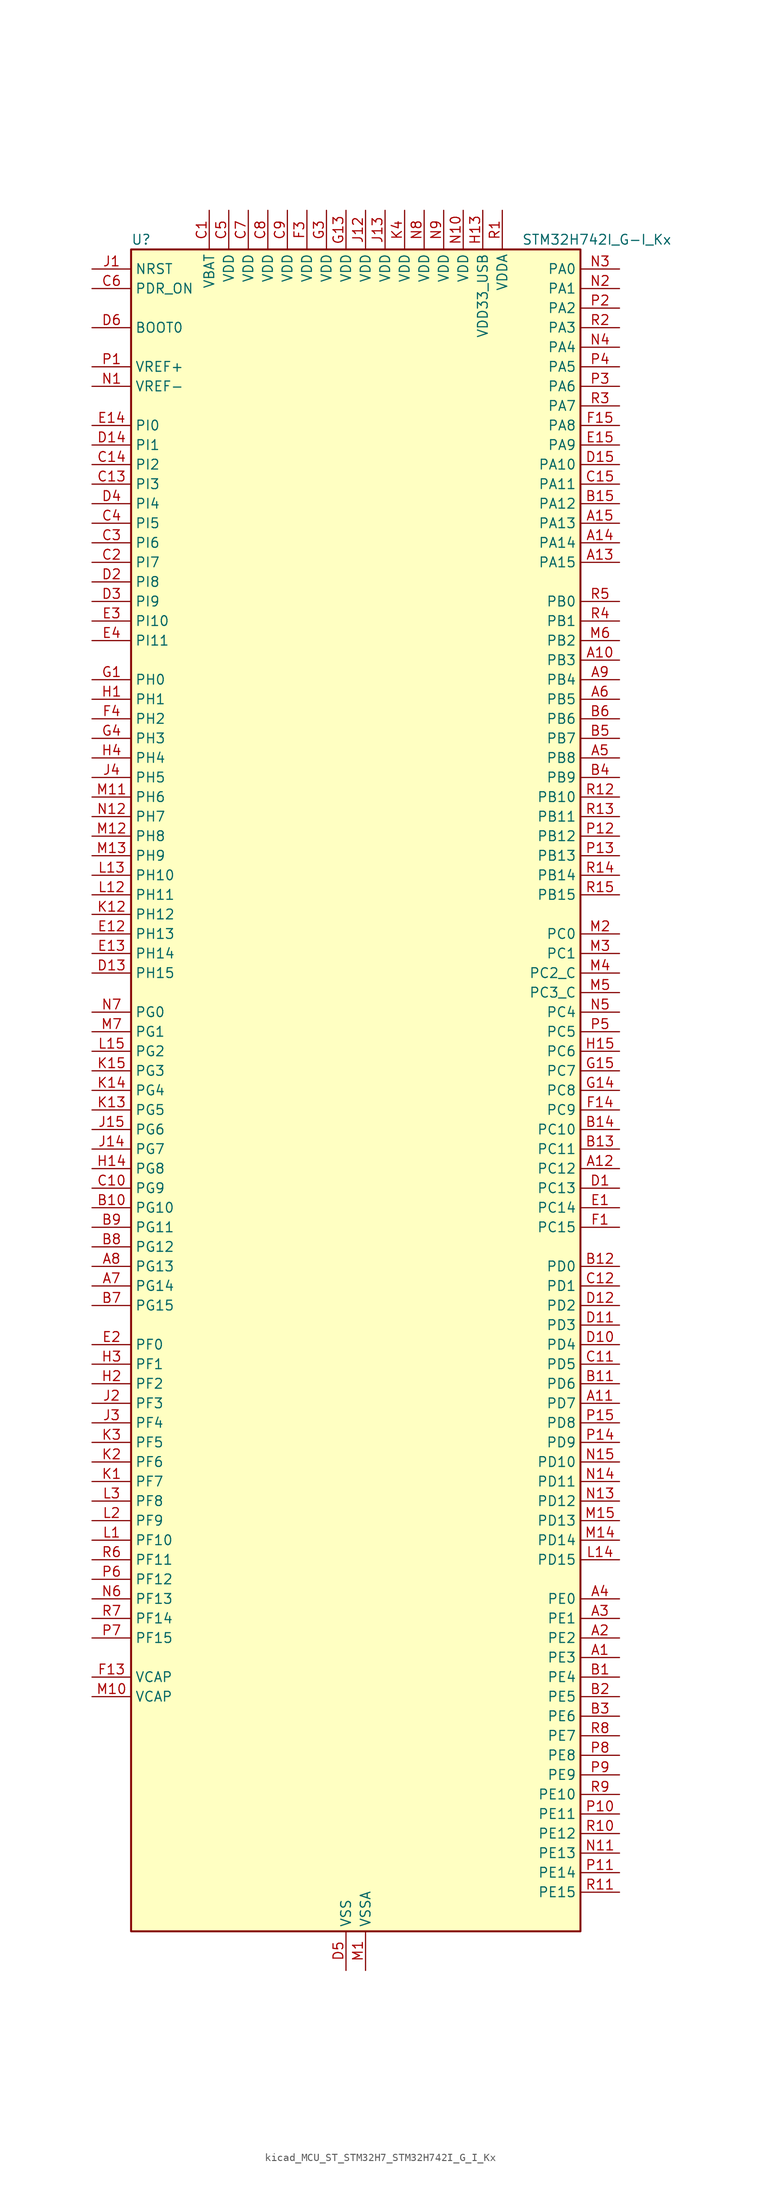
<source format=kicad_sym>
(kicad_symbol_lib
  (version 20220914)
  (generator kicad_symbol_editor)
  (symbol "kicad_MCU_ST_STM32H7_STM32H742I_G_I_Kx"
    (property "Reference" "U"
      (at -27.94 110.49 0)
      (effects (font (size 1.27 1.27)) (justify left)))
    (property "Value" "STM32H742I_G-I_Kx"
      (at 22.86 110.49 0)
      (effects (font (size 1.27 1.27)) (justify left)))
    (property "ki_locked" ""
      (at 0 0 0)
      (effects (font (size 1.27 1.27))))
    (symbol "kicad_MCU_ST_STM32H7_STM32H742I_G_I_Kx_0_1"
      (rectangle (start -27.94 -109.22) (end 30.48 109.22) (stroke (width 0.254) (type default)) (fill (type background))))
    (symbol "kicad_MCU_ST_STM32H7_STM32H742I_G_I_Kx_1_1"
      (pin bidirectional line (at 35.56 -73.66 180) (length 5.08) (name "PE3" (effects (font (size 1.27 1.27)))) (number "A1" (effects (font (size 1.27 1.27)))) (alternate "DEBUG_TRACED0" bidirectional line) (alternate "FMC_A19" bidirectional line) (alternate "SAI1_SD_B" bidirectional line) (alternate "SAI4_SD_B" bidirectional line) (alternate "TIM15_BKIN" bidirectional line))
      (pin bidirectional line (at 35.56 55.88 180) (length 5.08) (name "PB3" (effects (font (size 1.27 1.27)))) (number "A10" (effects (font (size 1.27 1.27)))) (alternate "CRS_SYNC" bidirectional line) (alternate "DEBUG_JTDO-SWO" bidirectional line) (alternate "HRTIM_FLT4" bidirectional line) (alternate "I2S1_CK" bidirectional line) (alternate "I2S3_CK" bidirectional line) (alternate "SDMMC2_D2" bidirectional line) (alternate "SPI1_SCK" bidirectional line) (alternate "SPI3_SCK" bidirectional line) (alternate "SPI6_SCK" bidirectional line) (alternate "TIM2_CH2" bidirectional line) (alternate "UART7_RX" bidirectional line))
      (pin bidirectional line (at 35.56 -40.64 180) (length 5.08) (name "PD7" (effects (font (size 1.27 1.27)))) (number "A11" (effects (font (size 1.27 1.27)))) (alternate "DFSDM1_CKIN1" bidirectional line) (alternate "DFSDM1_DATIN4" bidirectional line) (alternate "FMC_NE1" bidirectional line) (alternate "I2S1_SDO" bidirectional line) (alternate "SDMMC2_CMD" bidirectional line) (alternate "SPDIFRX1_IN0" bidirectional line) (alternate "SPI1_MOSI" bidirectional line) (alternate "USART2_CK" bidirectional line))
      (pin bidirectional line (at 35.56 -10.16 180) (length 5.08) (name "PC12" (effects (font (size 1.27 1.27)))) (number "A12" (effects (font (size 1.27 1.27)))) (alternate "DCMI_D9" bidirectional line) (alternate "DEBUG_TRACED3" bidirectional line) (alternate "HRTIM_EEV2" bidirectional line) (alternate "I2S3_SDO" bidirectional line) (alternate "SDMMC1_CK" bidirectional line) (alternate "SPI3_MOSI" bidirectional line) (alternate "UART5_TX" bidirectional line) (alternate "USART3_CK" bidirectional line))
      (pin bidirectional line (at 35.56 68.58 180) (length 5.08) (name "PA15" (effects (font (size 1.27 1.27)))) (number "A13" (effects (font (size 1.27 1.27)))) (alternate "ADC1_EXTI15" bidirectional line) (alternate "ADC2_EXTI15" bidirectional line) (alternate "ADC3_EXTI15" bidirectional line) (alternate "CEC" bidirectional line) (alternate "DEBUG_JTDI" bidirectional line) (alternate "HRTIM_FLT1" bidirectional line) (alternate "I2S1_WS" bidirectional line) (alternate "I2S3_WS" bidirectional line) (alternate "SPI1_NSS" bidirectional line) (alternate "SPI3_NSS" bidirectional line) (alternate "SPI6_NSS" bidirectional line) (alternate "TIM2_CH1" bidirectional line) (alternate "TIM2_ETR" bidirectional line) (alternate "UART4_DE" bidirectional line) (alternate "UART4_RTS" bidirectional line) (alternate "UART7_TX" bidirectional line))
      (pin bidirectional line (at 35.56 71.12 180) (length 5.08) (name "PA14" (effects (font (size 1.27 1.27)))) (number "A14" (effects (font (size 1.27 1.27)))) (alternate "DEBUG_JTCK-SWCLK" bidirectional line))
      (pin bidirectional line (at 35.56 73.66 180) (length 5.08) (name "PA13" (effects (font (size 1.27 1.27)))) (number "A15" (effects (font (size 1.27 1.27)))) (alternate "DEBUG_JTMS-SWDIO" bidirectional line))
      (pin bidirectional line (at 35.56 -71.12 180) (length 5.08) (name "PE2" (effects (font (size 1.27 1.27)))) (number "A2" (effects (font (size 1.27 1.27)))) (alternate "DEBUG_TRACECLK" bidirectional line) (alternate "ETH_TXD3" bidirectional line) (alternate "FMC_A23" bidirectional line) (alternate "QUADSPI_BK1_IO2" bidirectional line) (alternate "SAI1_CK1" bidirectional line) (alternate "SAI1_MCLK_A" bidirectional line) (alternate "SAI4_CK1" bidirectional line) (alternate "SAI4_MCLK_A" bidirectional line) (alternate "SPI4_SCK" bidirectional line))
      (pin bidirectional line (at 35.56 -68.58 180) (length 5.08) (name "PE1" (effects (font (size 1.27 1.27)))) (number "A3" (effects (font (size 1.27 1.27)))) (alternate "DCMI_D3" bidirectional line) (alternate "FMC_NBL1" bidirectional line) (alternate "HRTIM_SCOUT" bidirectional line) (alternate "LPTIM1_IN2" bidirectional line) (alternate "UART8_TX" bidirectional line))
      (pin bidirectional line (at 35.56 -66.04 180) (length 5.08) (name "PE0" (effects (font (size 1.27 1.27)))) (number "A4" (effects (font (size 1.27 1.27)))) (alternate "DCMI_D2" bidirectional line) (alternate "FMC_NBL0" bidirectional line) (alternate "HRTIM_SCIN" bidirectional line) (alternate "LPTIM1_ETR" bidirectional line) (alternate "LPTIM2_ETR" bidirectional line) (alternate "SAI2_MCLK_A" bidirectional line) (alternate "TIM4_ETR" bidirectional line) (alternate "UART8_RX" bidirectional line))
      (pin bidirectional line (at 35.56 43.18 180) (length 5.08) (name "PB8" (effects (font (size 1.27 1.27)))) (number "A5" (effects (font (size 1.27 1.27)))) (alternate "DCMI_D6" bidirectional line) (alternate "DFSDM1_CKIN7" bidirectional line) (alternate "ETH_TXD3" bidirectional line) (alternate "FDCAN1_RX" bidirectional line) (alternate "I2C1_SCL" bidirectional line) (alternate "I2C4_SCL" bidirectional line) (alternate "SDMMC1_CKIN" bidirectional line) (alternate "SDMMC1_D4" bidirectional line) (alternate "SDMMC2_D4" bidirectional line) (alternate "TIM16_CH1" bidirectional line) (alternate "TIM4_CH3" bidirectional line) (alternate "UART4_RX" bidirectional line))
      (pin bidirectional line (at 35.56 50.8 180) (length 5.08) (name "PB5" (effects (font (size 1.27 1.27)))) (number "A6" (effects (font (size 1.27 1.27)))) (alternate "DCMI_D10" bidirectional line) (alternate "ETH_PPS_OUT" bidirectional line) (alternate "FDCAN2_RX" bidirectional line) (alternate "FMC_SDCKE1" bidirectional line) (alternate "HRTIM_EEV7" bidirectional line) (alternate "I2C1_SMBA" bidirectional line) (alternate "I2C4_SMBA" bidirectional line) (alternate "I2S1_SDO" bidirectional line) (alternate "I2S3_SDO" bidirectional line) (alternate "SPI1_MOSI" bidirectional line) (alternate "SPI3_MOSI" bidirectional line) (alternate "SPI6_MOSI" bidirectional line) (alternate "TIM17_BKIN" bidirectional line) (alternate "TIM3_CH2" bidirectional line) (alternate "UART5_RX" bidirectional line) (alternate "USB_OTG_HS_ULPI_D7" bidirectional line))
      (pin bidirectional line (at -33.02 -25.4 0) (length 5.08) (name "PG14" (effects (font (size 1.27 1.27)))) (number "A7" (effects (font (size 1.27 1.27)))) (alternate "DEBUG_TRACED1" bidirectional line) (alternate "ETH_TXD1" bidirectional line) (alternate "FMC_A25" bidirectional line) (alternate "LPTIM1_ETR" bidirectional line) (alternate "QUADSPI_BK2_IO3" bidirectional line) (alternate "SPI6_MOSI" bidirectional line) (alternate "USART6_TX" bidirectional line))
      (pin bidirectional line (at -33.02 -22.86 0) (length 5.08) (name "PG13" (effects (font (size 1.27 1.27)))) (number "A8" (effects (font (size 1.27 1.27)))) (alternate "DEBUG_TRACED0" bidirectional line) (alternate "ETH_TXD0" bidirectional line) (alternate "FMC_A24" bidirectional line) (alternate "HRTIM_EEV10" bidirectional line) (alternate "LPTIM1_OUT" bidirectional line) (alternate "SPI6_SCK" bidirectional line) (alternate "USART6_CTS" bidirectional line) (alternate "USART6_NSS" bidirectional line))
      (pin bidirectional line (at 35.56 53.34 180) (length 5.08) (name "PB4" (effects (font (size 1.27 1.27)))) (number "A9" (effects (font (size 1.27 1.27)))) (alternate "DEBUG_JTRST" bidirectional line) (alternate "HRTIM_EEV6" bidirectional line) (alternate "I2S1_SDI" bidirectional line) (alternate "I2S2_WS" bidirectional line) (alternate "I2S3_SDI" bidirectional line) (alternate "SDMMC2_D3" bidirectional line) (alternate "SPI1_MISO" bidirectional line) (alternate "SPI2_NSS" bidirectional line) (alternate "SPI3_MISO" bidirectional line) (alternate "SPI6_MISO" bidirectional line) (alternate "TIM16_BKIN" bidirectional line) (alternate "TIM3_CH1" bidirectional line) (alternate "UART7_TX" bidirectional line))
      (pin bidirectional line (at 35.56 -76.2 180) (length 5.08) (name "PE4" (effects (font (size 1.27 1.27)))) (number "B1" (effects (font (size 1.27 1.27)))) (alternate "DCMI_D4" bidirectional line) (alternate "DEBUG_TRACED1" bidirectional line) (alternate "DFSDM1_DATIN3" bidirectional line) (alternate "FMC_A20" bidirectional line) (alternate "SAI1_D2" bidirectional line) (alternate "SAI1_FS_A" bidirectional line) (alternate "SAI4_D2" bidirectional line) (alternate "SAI4_FS_A" bidirectional line) (alternate "SPI4_NSS" bidirectional line) (alternate "TIM15_CH1N" bidirectional line))
      (pin bidirectional line (at -33.02 -15.24 0) (length 5.08) (name "PG10" (effects (font (size 1.27 1.27)))) (number "B10" (effects (font (size 1.27 1.27)))) (alternate "DCMI_D2" bidirectional line) (alternate "FMC_NE3" bidirectional line) (alternate "HRTIM_FLT5" bidirectional line) (alternate "I2S1_WS" bidirectional line) (alternate "SAI2_SD_B" bidirectional line) (alternate "SPI1_NSS" bidirectional line))
      (pin bidirectional line (at 35.56 -38.1 180) (length 5.08) (name "PD6" (effects (font (size 1.27 1.27)))) (number "B11" (effects (font (size 1.27 1.27)))) (alternate "DCMI_D10" bidirectional line) (alternate "DFSDM1_CKIN4" bidirectional line) (alternate "DFSDM1_DATIN1" bidirectional line) (alternate "FMC_NWAIT" bidirectional line) (alternate "I2S3_SDO" bidirectional line) (alternate "SAI1_D1" bidirectional line) (alternate "SAI1_SD_A" bidirectional line) (alternate "SAI4_D1" bidirectional line) (alternate "SAI4_SD_A" bidirectional line) (alternate "SDMMC2_CK" bidirectional line) (alternate "SPI3_MOSI" bidirectional line) (alternate "USART2_RX" bidirectional line))
      (pin bidirectional line (at 35.56 -22.86 180) (length 5.08) (name "PD0" (effects (font (size 1.27 1.27)))) (number "B12" (effects (font (size 1.27 1.27)))) (alternate "DFSDM1_CKIN6" bidirectional line) (alternate "FDCAN1_RX" bidirectional line) (alternate "FMC_D2" bidirectional line) (alternate "FMC_DA2" bidirectional line) (alternate "SAI3_SCK_A" bidirectional line) (alternate "UART4_RX" bidirectional line))
      (pin bidirectional line (at 35.56 -7.62 180) (length 5.08) (name "PC11" (effects (font (size 1.27 1.27)))) (number "B13" (effects (font (size 1.27 1.27)))) (alternate "ADC1_EXTI11" bidirectional line) (alternate "ADC2_EXTI11" bidirectional line) (alternate "ADC3_EXTI11" bidirectional line) (alternate "DCMI_D4" bidirectional line) (alternate "DFSDM1_DATIN5" bidirectional line) (alternate "HRTIM_FLT2" bidirectional line) (alternate "I2S3_SDI" bidirectional line) (alternate "QUADSPI_BK2_NCS" bidirectional line) (alternate "SDMMC1_D3" bidirectional line) (alternate "SPI3_MISO" bidirectional line) (alternate "UART4_RX" bidirectional line) (alternate "USART3_RX" bidirectional line))
      (pin bidirectional line (at 35.56 -5.08 180) (length 5.08) (name "PC10" (effects (font (size 1.27 1.27)))) (number "B14" (effects (font (size 1.27 1.27)))) (alternate "DCMI_D8" bidirectional line) (alternate "DFSDM1_CKIN5" bidirectional line) (alternate "HRTIM_EEV1" bidirectional line) (alternate "I2S3_CK" bidirectional line) (alternate "QUADSPI_BK1_IO1" bidirectional line) (alternate "SDMMC1_D2" bidirectional line) (alternate "SPI3_SCK" bidirectional line) (alternate "UART4_TX" bidirectional line) (alternate "USART3_TX" bidirectional line))
      (pin bidirectional line (at 35.56 76.2 180) (length 5.08) (name "PA12" (effects (font (size 1.27 1.27)))) (number "B15" (effects (font (size 1.27 1.27)))) (alternate "FDCAN1_TX" bidirectional line) (alternate "HRTIM_CHD2" bidirectional line) (alternate "I2S2_CK" bidirectional line) (alternate "LPUART1_DE" bidirectional line) (alternate "LPUART1_RTS" bidirectional line) (alternate "SAI2_FS_B" bidirectional line) (alternate "SPI2_SCK" bidirectional line) (alternate "TIM1_ETR" bidirectional line) (alternate "UART4_TX" bidirectional line) (alternate "USART1_DE" bidirectional line) (alternate "USART1_RTS" bidirectional line) (alternate "USB_OTG_FS_DP" bidirectional line))
      (pin bidirectional line (at 35.56 -78.74 180) (length 5.08) (name "PE5" (effects (font (size 1.27 1.27)))) (number "B2" (effects (font (size 1.27 1.27)))) (alternate "DCMI_D6" bidirectional line) (alternate "DEBUG_TRACED2" bidirectional line) (alternate "DFSDM1_CKIN3" bidirectional line) (alternate "FMC_A21" bidirectional line) (alternate "SAI1_CK2" bidirectional line) (alternate "SAI1_SCK_A" bidirectional line) (alternate "SAI4_CK2" bidirectional line) (alternate "SAI4_SCK_A" bidirectional line) (alternate "SPI4_MISO" bidirectional line) (alternate "TIM15_CH1" bidirectional line))
      (pin bidirectional line (at 35.56 -81.28 180) (length 5.08) (name "PE6" (effects (font (size 1.27 1.27)))) (number "B3" (effects (font (size 1.27 1.27)))) (alternate "DCMI_D7" bidirectional line) (alternate "DEBUG_TRACED3" bidirectional line) (alternate "FMC_A22" bidirectional line) (alternate "SAI1_D1" bidirectional line) (alternate "SAI1_SD_A" bidirectional line) (alternate "SAI2_MCLK_B" bidirectional line) (alternate "SAI4_D1" bidirectional line) (alternate "SAI4_SD_A" bidirectional line) (alternate "SPI4_MOSI" bidirectional line) (alternate "TIM15_CH2" bidirectional line) (alternate "TIM1_BKIN2" bidirectional line) (alternate "TIM1_BKIN2_COMP1" bidirectional line) (alternate "TIM1_BKIN2_COMP2" bidirectional line))
      (pin bidirectional line (at 35.56 40.64 180) (length 5.08) (name "PB9" (effects (font (size 1.27 1.27)))) (number "B4" (effects (font (size 1.27 1.27)))) (alternate "DAC1_EXTI9" bidirectional line) (alternate "DCMI_D7" bidirectional line) (alternate "DFSDM1_DATIN7" bidirectional line) (alternate "FDCAN1_TX" bidirectional line) (alternate "I2C1_SDA" bidirectional line) (alternate "I2C4_SDA" bidirectional line) (alternate "I2C4_SMBA" bidirectional line) (alternate "I2S2_WS" bidirectional line) (alternate "SDMMC1_CDIR" bidirectional line) (alternate "SDMMC1_D5" bidirectional line) (alternate "SDMMC2_D5" bidirectional line) (alternate "SPI2_NSS" bidirectional line) (alternate "TIM17_CH1" bidirectional line) (alternate "TIM4_CH4" bidirectional line) (alternate "UART4_TX" bidirectional line))
      (pin bidirectional line (at 35.56 45.72 180) (length 5.08) (name "PB7" (effects (font (size 1.27 1.27)))) (number "B5" (effects (font (size 1.27 1.27)))) (alternate "DCMI_VSYNC" bidirectional line) (alternate "DFSDM1_CKIN5" bidirectional line) (alternate "FMC_NL" bidirectional line) (alternate "HRTIM_EEV9" bidirectional line) (alternate "I2C1_SDA" bidirectional line) (alternate "I2C4_SDA" bidirectional line) (alternate "LPUART1_RX" bidirectional line) (alternate "PWR_PVD_IN" bidirectional line) (alternate "TIM17_CH1N" bidirectional line) (alternate "TIM4_CH2" bidirectional line) (alternate "USART1_RX" bidirectional line))
      (pin bidirectional line (at 35.56 48.26 180) (length 5.08) (name "PB6" (effects (font (size 1.27 1.27)))) (number "B6" (effects (font (size 1.27 1.27)))) (alternate "CEC" bidirectional line) (alternate "DCMI_D5" bidirectional line) (alternate "DFSDM1_DATIN5" bidirectional line) (alternate "FDCAN2_TX" bidirectional line) (alternate "FMC_SDNE1" bidirectional line) (alternate "HRTIM_EEV8" bidirectional line) (alternate "I2C1_SCL" bidirectional line) (alternate "I2C4_SCL" bidirectional line) (alternate "LPUART1_TX" bidirectional line) (alternate "QUADSPI_BK1_NCS" bidirectional line) (alternate "TIM16_CH1N" bidirectional line) (alternate "TIM4_CH1" bidirectional line) (alternate "UART5_TX" bidirectional line) (alternate "USART1_TX" bidirectional line))
      (pin bidirectional line (at -33.02 -27.94 0) (length 5.08) (name "PG15" (effects (font (size 1.27 1.27)))) (number "B7" (effects (font (size 1.27 1.27)))) (alternate "ADC1_EXTI15" bidirectional line) (alternate "ADC2_EXTI15" bidirectional line) (alternate "ADC3_EXTI15" bidirectional line) (alternate "DCMI_D13" bidirectional line) (alternate "FMC_SDNCAS" bidirectional line) (alternate "USART6_CTS" bidirectional line) (alternate "USART6_NSS" bidirectional line))
      (pin bidirectional line (at -33.02 -20.32 0) (length 5.08) (name "PG12" (effects (font (size 1.27 1.27)))) (number "B8" (effects (font (size 1.27 1.27)))) (alternate "ETH_TXD1" bidirectional line) (alternate "FMC_NE4" bidirectional line) (alternate "HRTIM_EEV5" bidirectional line) (alternate "LPTIM1_IN1" bidirectional line) (alternate "SPDIFRX1_IN1" bidirectional line) (alternate "SPI6_MISO" bidirectional line) (alternate "USART6_DE" bidirectional line) (alternate "USART6_RTS" bidirectional line))
      (pin bidirectional line (at -33.02 -17.78 0) (length 5.08) (name "PG11" (effects (font (size 1.27 1.27)))) (number "B9" (effects (font (size 1.27 1.27)))) (alternate "ADC1_EXTI11" bidirectional line) (alternate "ADC2_EXTI11" bidirectional line) (alternate "ADC3_EXTI11" bidirectional line) (alternate "DCMI_D3" bidirectional line) (alternate "ETH_TX_EN" bidirectional line) (alternate "HRTIM_EEV4" bidirectional line) (alternate "I2S1_CK" bidirectional line) (alternate "LPTIM1_IN2" bidirectional line) (alternate "SDMMC2_D2" bidirectional line) (alternate "SPDIFRX1_IN0" bidirectional line) (alternate "SPI1_SCK" bidirectional line))
      (pin power_in line (at -17.78 114.3 270) (length 5.08) (name "VBAT" (effects (font (size 1.27 1.27)))) (number "C1" (effects (font (size 1.27 1.27)))))
      (pin bidirectional line (at -33.02 -12.7 0) (length 5.08) (name "PG9" (effects (font (size 1.27 1.27)))) (number "C10" (effects (font (size 1.27 1.27)))) (alternate "DAC1_EXTI9" bidirectional line) (alternate "DCMI_VSYNC" bidirectional line) (alternate "FMC_NCE" bidirectional line) (alternate "FMC_NE2" bidirectional line) (alternate "I2S1_SDI" bidirectional line) (alternate "QUADSPI_BK2_IO2" bidirectional line) (alternate "SAI2_FS_B" bidirectional line) (alternate "SPDIFRX1_IN3" bidirectional line) (alternate "SPI1_MISO" bidirectional line) (alternate "USART6_RX" bidirectional line))
      (pin bidirectional line (at 35.56 -35.56 180) (length 5.08) (name "PD5" (effects (font (size 1.27 1.27)))) (number "C11" (effects (font (size 1.27 1.27)))) (alternate "FMC_NWE" bidirectional line) (alternate "HRTIM_EEV3" bidirectional line) (alternate "USART2_TX" bidirectional line))
      (pin bidirectional line (at 35.56 -25.4 180) (length 5.08) (name "PD1" (effects (font (size 1.27 1.27)))) (number "C12" (effects (font (size 1.27 1.27)))) (alternate "DFSDM1_DATIN6" bidirectional line) (alternate "FDCAN1_TX" bidirectional line) (alternate "FMC_D3" bidirectional line) (alternate "FMC_DA3" bidirectional line) (alternate "SAI3_SD_A" bidirectional line) (alternate "UART4_TX" bidirectional line))
      (pin bidirectional line (at -33.02 78.74 0) (length 5.08) (name "PI3" (effects (font (size 1.27 1.27)))) (number "C13" (effects (font (size 1.27 1.27)))) (alternate "DCMI_D10" bidirectional line) (alternate "FMC_D27" bidirectional line) (alternate "I2S2_SDO" bidirectional line) (alternate "SPI2_MOSI" bidirectional line) (alternate "TIM8_ETR" bidirectional line))
      (pin bidirectional line (at -33.02 81.28 0) (length 5.08) (name "PI2" (effects (font (size 1.27 1.27)))) (number "C14" (effects (font (size 1.27 1.27)))) (alternate "DCMI_D9" bidirectional line) (alternate "FMC_D26" bidirectional line) (alternate "I2S2_SDI" bidirectional line) (alternate "SPI2_MISO" bidirectional line) (alternate "TIM8_CH4" bidirectional line))
      (pin bidirectional line (at 35.56 78.74 180) (length 5.08) (name "PA11" (effects (font (size 1.27 1.27)))) (number "C15" (effects (font (size 1.27 1.27)))) (alternate "ADC1_EXTI11" bidirectional line) (alternate "ADC2_EXTI11" bidirectional line) (alternate "ADC3_EXTI11" bidirectional line) (alternate "FDCAN1_RX" bidirectional line) (alternate "HRTIM_CHD1" bidirectional line) (alternate "I2S2_WS" bidirectional line) (alternate "LPUART1_CTS" bidirectional line) (alternate "SPI2_NSS" bidirectional line) (alternate "TIM1_CH4" bidirectional line) (alternate "UART4_RX" bidirectional line) (alternate "USART1_CTS" bidirectional line) (alternate "USART1_NSS" bidirectional line) (alternate "USB_OTG_FS_DM" bidirectional line))
      (pin bidirectional line (at -33.02 68.58 0) (length 5.08) (name "PI7" (effects (font (size 1.27 1.27)))) (number "C2" (effects (font (size 1.27 1.27)))) (alternate "DCMI_D7" bidirectional line) (alternate "FMC_D29" bidirectional line) (alternate "SAI2_FS_A" bidirectional line) (alternate "TIM8_CH3" bidirectional line))
      (pin bidirectional line (at -33.02 71.12 0) (length 5.08) (name "PI6" (effects (font (size 1.27 1.27)))) (number "C3" (effects (font (size 1.27 1.27)))) (alternate "DCMI_D6" bidirectional line) (alternate "FMC_D28" bidirectional line) (alternate "SAI2_SD_A" bidirectional line) (alternate "TIM8_CH2" bidirectional line))
      (pin bidirectional line (at -33.02 73.66 0) (length 5.08) (name "PI5" (effects (font (size 1.27 1.27)))) (number "C4" (effects (font (size 1.27 1.27)))) (alternate "DCMI_VSYNC" bidirectional line) (alternate "FMC_NBL3" bidirectional line) (alternate "SAI2_SCK_A" bidirectional line) (alternate "TIM8_CH1" bidirectional line))
      (pin power_in line (at -15.24 114.3 270) (length 5.08) (name "VDD" (effects (font (size 1.27 1.27)))) (number "C5" (effects (font (size 1.27 1.27)))))
      (pin input line (at -33.02 104.14 0) (length 5.08) (name "PDR_ON" (effects (font (size 1.27 1.27)))) (number "C6" (effects (font (size 1.27 1.27)))))
      (pin power_in line (at -12.7 114.3 270) (length 5.08) (name "VDD" (effects (font (size 1.27 1.27)))) (number "C7" (effects (font (size 1.27 1.27)))))
      (pin power_in line (at -10.16 114.3 270) (length 5.08) (name "VDD" (effects (font (size 1.27 1.27)))) (number "C8" (effects (font (size 1.27 1.27)))))
      (pin power_in line (at -7.62 114.3 270) (length 5.08) (name "VDD" (effects (font (size 1.27 1.27)))) (number "C9" (effects (font (size 1.27 1.27)))))
      (pin bidirectional line (at 35.56 -12.7 180) (length 5.08) (name "PC13" (effects (font (size 1.27 1.27)))) (number "D1" (effects (font (size 1.27 1.27)))) (alternate "PWR_WKUP2" bidirectional line) (alternate "RTC_OUT_ALARM" bidirectional line) (alternate "RTC_OUT_CALIB" bidirectional line) (alternate "RTC_TAMP1" bidirectional line) (alternate "RTC_TS" bidirectional line))
      (pin bidirectional line (at 35.56 -33.02 180) (length 5.08) (name "PD4" (effects (font (size 1.27 1.27)))) (number "D10" (effects (font (size 1.27 1.27)))) (alternate "FMC_NOE" bidirectional line) (alternate "HRTIM_FLT3" bidirectional line) (alternate "SAI3_FS_A" bidirectional line) (alternate "USART2_DE" bidirectional line) (alternate "USART2_RTS" bidirectional line))
      (pin bidirectional line (at 35.56 -30.48 180) (length 5.08) (name "PD3" (effects (font (size 1.27 1.27)))) (number "D11" (effects (font (size 1.27 1.27)))) (alternate "DCMI_D5" bidirectional line) (alternate "DFSDM1_CKOUT" bidirectional line) (alternate "FMC_CLK" bidirectional line) (alternate "I2S2_CK" bidirectional line) (alternate "SPI2_SCK" bidirectional line) (alternate "USART2_CTS" bidirectional line) (alternate "USART2_NSS" bidirectional line))
      (pin bidirectional line (at 35.56 -27.94 180) (length 5.08) (name "PD2" (effects (font (size 1.27 1.27)))) (number "D12" (effects (font (size 1.27 1.27)))) (alternate "DCMI_D11" bidirectional line) (alternate "DEBUG_TRACED2" bidirectional line) (alternate "SDMMC1_CMD" bidirectional line) (alternate "TIM3_ETR" bidirectional line) (alternate "UART5_RX" bidirectional line))
      (pin bidirectional line (at -33.02 15.24 0) (length 5.08) (name "PH15" (effects (font (size 1.27 1.27)))) (number "D13" (effects (font (size 1.27 1.27)))) (alternate "ADC1_EXTI15" bidirectional line) (alternate "ADC2_EXTI15" bidirectional line) (alternate "ADC3_EXTI15" bidirectional line) (alternate "DCMI_D11" bidirectional line) (alternate "FMC_D23" bidirectional line) (alternate "TIM8_CH3N" bidirectional line))
      (pin bidirectional line (at -33.02 83.82 0) (length 5.08) (name "PI1" (effects (font (size 1.27 1.27)))) (number "D14" (effects (font (size 1.27 1.27)))) (alternate "DCMI_D8" bidirectional line) (alternate "FMC_D25" bidirectional line) (alternate "I2S2_CK" bidirectional line) (alternate "SPI2_SCK" bidirectional line) (alternate "TIM8_BKIN2" bidirectional line) (alternate "TIM8_BKIN2_COMP1" bidirectional line) (alternate "TIM8_BKIN2_COMP2" bidirectional line))
      (pin bidirectional line (at 35.56 81.28 180) (length 5.08) (name "PA10" (effects (font (size 1.27 1.27)))) (number "D15" (effects (font (size 1.27 1.27)))) (alternate "DCMI_D1" bidirectional line) (alternate "HRTIM_CHC2" bidirectional line) (alternate "LPUART1_RX" bidirectional line) (alternate "MDIOS_MDIO" bidirectional line) (alternate "TIM1_CH3" bidirectional line) (alternate "USART1_RX" bidirectional line) (alternate "USB_OTG_FS_ID" bidirectional line))
      (pin bidirectional line (at -33.02 66.04 0) (length 5.08) (name "PI8" (effects (font (size 1.27 1.27)))) (number "D2" (effects (font (size 1.27 1.27)))) (alternate "PWR_WKUP3" bidirectional line) (alternate "RTC_TAMP2" bidirectional line))
      (pin bidirectional line (at -33.02 63.5 0) (length 5.08) (name "PI9" (effects (font (size 1.27 1.27)))) (number "D3" (effects (font (size 1.27 1.27)))) (alternate "DAC1_EXTI9" bidirectional line) (alternate "FDCAN1_RX" bidirectional line) (alternate "FMC_D30" bidirectional line) (alternate "UART4_RX" bidirectional line))
      (pin bidirectional line (at -33.02 76.2 0) (length 5.08) (name "PI4" (effects (font (size 1.27 1.27)))) (number "D4" (effects (font (size 1.27 1.27)))) (alternate "DCMI_D5" bidirectional line) (alternate "FMC_NBL2" bidirectional line) (alternate "SAI2_MCLK_A" bidirectional line) (alternate "TIM8_BKIN" bidirectional line) (alternate "TIM8_BKIN_COMP1" bidirectional line) (alternate "TIM8_BKIN_COMP2" bidirectional line))
      (pin power_in line (at 0 -114.3 90) (length 5.08) (name "VSS" (effects (font (size 1.27 1.27)))) (number "D5" (effects (font (size 1.27 1.27)))))
      (pin input line (at -33.02 99.06 0) (length 5.08) (name "BOOT0" (effects (font (size 1.27 1.27)))) (number "D6" (effects (font (size 1.27 1.27)))))
      (pin passive line (at 0 -114.3 90) (length 5.08) hide (name "VSS" (effects (font (size 1.27 1.27)))) (number "D7" (effects (font (size 1.27 1.27)))))
      (pin passive line (at 0 -114.3 90) (length 5.08) hide (name "VSS" (effects (font (size 1.27 1.27)))) (number "D8" (effects (font (size 1.27 1.27)))))
      (pin passive line (at 0 -114.3 90) (length 5.08) hide (name "VSS" (effects (font (size 1.27 1.27)))) (number "D9" (effects (font (size 1.27 1.27)))))
      (pin bidirectional line (at 35.56 -15.24 180) (length 5.08) (name "PC14" (effects (font (size 1.27 1.27)))) (number "E1" (effects (font (size 1.27 1.27)))) (alternate "RCC_OSC32_IN" bidirectional line))
      (pin bidirectional line (at -33.02 20.32 0) (length 5.08) (name "PH13" (effects (font (size 1.27 1.27)))) (number "E12" (effects (font (size 1.27 1.27)))) (alternate "FDCAN1_TX" bidirectional line) (alternate "FMC_D21" bidirectional line) (alternate "TIM8_CH1N" bidirectional line) (alternate "UART4_TX" bidirectional line))
      (pin bidirectional line (at -33.02 17.78 0) (length 5.08) (name "PH14" (effects (font (size 1.27 1.27)))) (number "E13" (effects (font (size 1.27 1.27)))) (alternate "DCMI_D4" bidirectional line) (alternate "FDCAN1_RX" bidirectional line) (alternate "FMC_D22" bidirectional line) (alternate "TIM8_CH2N" bidirectional line) (alternate "UART4_RX" bidirectional line))
      (pin bidirectional line (at -33.02 86.36 0) (length 5.08) (name "PI0" (effects (font (size 1.27 1.27)))) (number "E14" (effects (font (size 1.27 1.27)))) (alternate "DCMI_D13" bidirectional line) (alternate "FMC_D24" bidirectional line) (alternate "I2S2_WS" bidirectional line) (alternate "SPI2_NSS" bidirectional line) (alternate "TIM5_CH4" bidirectional line))
      (pin bidirectional line (at 35.56 83.82 180) (length 5.08) (name "PA9" (effects (font (size 1.27 1.27)))) (number "E15" (effects (font (size 1.27 1.27)))) (alternate "DAC1_EXTI9" bidirectional line) (alternate "DCMI_D0" bidirectional line) (alternate "HRTIM_CHC1" bidirectional line) (alternate "I2C3_SMBA" bidirectional line) (alternate "I2S2_CK" bidirectional line) (alternate "LPUART1_TX" bidirectional line) (alternate "SPI2_SCK" bidirectional line) (alternate "TIM1_CH2" bidirectional line) (alternate "USART1_TX" bidirectional line) (alternate "USB_OTG_FS_VBUS" bidirectional line))
      (pin bidirectional line (at -33.02 -33.02 0) (length 5.08) (name "PF0" (effects (font (size 1.27 1.27)))) (number "E2" (effects (font (size 1.27 1.27)))) (alternate "FMC_A0" bidirectional line) (alternate "I2C2_SDA" bidirectional line))
      (pin bidirectional line (at -33.02 60.96 0) (length 5.08) (name "PI10" (effects (font (size 1.27 1.27)))) (number "E3" (effects (font (size 1.27 1.27)))) (alternate "ETH_RX_ER" bidirectional line) (alternate "FMC_D31" bidirectional line))
      (pin bidirectional line (at -33.02 58.42 0) (length 5.08) (name "PI11" (effects (font (size 1.27 1.27)))) (number "E4" (effects (font (size 1.27 1.27)))) (alternate "ADC1_EXTI11" bidirectional line) (alternate "ADC2_EXTI11" bidirectional line) (alternate "ADC3_EXTI11" bidirectional line) (alternate "PWR_WKUP4" bidirectional line) (alternate "USB_OTG_HS_ULPI_DIR" bidirectional line))
      (pin bidirectional line (at 35.56 -17.78 180) (length 5.08) (name "PC15" (effects (font (size 1.27 1.27)))) (number "F1" (effects (font (size 1.27 1.27)))) (alternate "ADC1_EXTI15" bidirectional line) (alternate "ADC2_EXTI15" bidirectional line) (alternate "ADC3_EXTI15" bidirectional line) (alternate "RCC_OSC32_OUT" bidirectional line))
      (pin passive line (at 0 -114.3 90) (length 5.08) hide (name "VSS" (effects (font (size 1.27 1.27)))) (number "F10" (effects (font (size 1.27 1.27)))))
      (pin passive line (at 0 -114.3 90) (length 5.08) hide (name "VSS" (effects (font (size 1.27 1.27)))) (number "F12" (effects (font (size 1.27 1.27)))))
      (pin power_out line (at -33.02 -76.2 0) (length 5.08) (name "VCAP" (effects (font (size 1.27 1.27)))) (number "F13" (effects (font (size 1.27 1.27)))))
      (pin bidirectional line (at 35.56 -2.54 180) (length 5.08) (name "PC9" (effects (font (size 1.27 1.27)))) (number "F14" (effects (font (size 1.27 1.27)))) (alternate "DAC1_EXTI9" bidirectional line) (alternate "DCMI_D3" bidirectional line) (alternate "I2C3_SDA" bidirectional line) (alternate "I2S_CKIN" bidirectional line) (alternate "QUADSPI_BK1_IO0" bidirectional line) (alternate "RCC_MCO_2" bidirectional line) (alternate "SDMMC1_D1" bidirectional line) (alternate "SWPMI1_SUSPEND" bidirectional line) (alternate "TIM3_CH4" bidirectional line) (alternate "TIM8_CH4" bidirectional line) (alternate "UART5_CTS" bidirectional line))
      (pin bidirectional line (at 35.56 86.36 180) (length 5.08) (name "PA8" (effects (font (size 1.27 1.27)))) (number "F15" (effects (font (size 1.27 1.27)))) (alternate "HRTIM_CHB2" bidirectional line) (alternate "I2C3_SCL" bidirectional line) (alternate "RCC_MCO_1" bidirectional line) (alternate "TIM1_CH1" bidirectional line) (alternate "TIM8_BKIN2" bidirectional line) (alternate "TIM8_BKIN2_COMP1" bidirectional line) (alternate "TIM8_BKIN2_COMP2" bidirectional line) (alternate "UART7_RX" bidirectional line) (alternate "USART1_CK" bidirectional line) (alternate "USB_OTG_FS_SOF" bidirectional line))
      (pin passive line (at 0 -114.3 90) (length 5.08) hide (name "VSS" (effects (font (size 1.27 1.27)))) (number "F2" (effects (font (size 1.27 1.27)))))
      (pin power_in line (at -5.08 114.3 270) (length 5.08) (name "VDD" (effects (font (size 1.27 1.27)))) (number "F3" (effects (font (size 1.27 1.27)))))
      (pin bidirectional line (at -33.02 48.26 0) (length 5.08) (name "PH2" (effects (font (size 1.27 1.27)))) (number "F4" (effects (font (size 1.27 1.27)))) (alternate "ADC3_INP13" bidirectional line) (alternate "ETH_CRS" bidirectional line) (alternate "FMC_SDCKE0" bidirectional line) (alternate "LPTIM1_IN2" bidirectional line) (alternate "QUADSPI_BK2_IO0" bidirectional line) (alternate "SAI2_SCK_B" bidirectional line))
      (pin passive line (at 0 -114.3 90) (length 5.08) hide (name "VSS" (effects (font (size 1.27 1.27)))) (number "F6" (effects (font (size 1.27 1.27)))))
      (pin passive line (at 0 -114.3 90) (length 5.08) hide (name "VSS" (effects (font (size 1.27 1.27)))) (number "F7" (effects (font (size 1.27 1.27)))))
      (pin passive line (at 0 -114.3 90) (length 5.08) hide (name "VSS" (effects (font (size 1.27 1.27)))) (number "F8" (effects (font (size 1.27 1.27)))))
      (pin passive line (at 0 -114.3 90) (length 5.08) hide (name "VSS" (effects (font (size 1.27 1.27)))) (number "F9" (effects (font (size 1.27 1.27)))))
      (pin bidirectional line (at -33.02 53.34 0) (length 5.08) (name "PH0" (effects (font (size 1.27 1.27)))) (number "G1" (effects (font (size 1.27 1.27)))) (alternate "RCC_OSC_IN" bidirectional line))
      (pin passive line (at 0 -114.3 90) (length 5.08) hide (name "VSS" (effects (font (size 1.27 1.27)))) (number "G10" (effects (font (size 1.27 1.27)))))
      (pin passive line (at 0 -114.3 90) (length 5.08) hide (name "VSS" (effects (font (size 1.27 1.27)))) (number "G12" (effects (font (size 1.27 1.27)))))
      (pin power_in line (at 0 114.3 270) (length 5.08) (name "VDD" (effects (font (size 1.27 1.27)))) (number "G13" (effects (font (size 1.27 1.27)))))
      (pin bidirectional line (at 35.56 0 180) (length 5.08) (name "PC8" (effects (font (size 1.27 1.27)))) (number "G14" (effects (font (size 1.27 1.27)))) (alternate "DCMI_D2" bidirectional line) (alternate "DEBUG_TRACED1" bidirectional line) (alternate "FMC_NCE" bidirectional line) (alternate "FMC_NE2" bidirectional line) (alternate "HRTIM_CHB1" bidirectional line) (alternate "SDMMC1_D0" bidirectional line) (alternate "SWPMI1_RX" bidirectional line) (alternate "TIM3_CH3" bidirectional line) (alternate "TIM8_CH3" bidirectional line) (alternate "UART5_DE" bidirectional line) (alternate "UART5_RTS" bidirectional line) (alternate "USART6_CK" bidirectional line))
      (pin bidirectional line (at 35.56 2.54 180) (length 5.08) (name "PC7" (effects (font (size 1.27 1.27)))) (number "G15" (effects (font (size 1.27 1.27)))) (alternate "DCMI_D1" bidirectional line) (alternate "DEBUG_TRGIO" bidirectional line) (alternate "DFSDM1_DATIN3" bidirectional line) (alternate "FMC_NE1" bidirectional line) (alternate "HRTIM_CHA2" bidirectional line) (alternate "I2S3_MCK" bidirectional line) (alternate "SDMMC1_D123DIR" bidirectional line) (alternate "SDMMC1_D7" bidirectional line) (alternate "SDMMC2_D7" bidirectional line) (alternate "SWPMI1_TX" bidirectional line) (alternate "TIM3_CH2" bidirectional line) (alternate "TIM8_CH2" bidirectional line) (alternate "USART6_RX" bidirectional line))
      (pin passive line (at 0 -114.3 90) (length 5.08) hide (name "VSS" (effects (font (size 1.27 1.27)))) (number "G2" (effects (font (size 1.27 1.27)))))
      (pin power_in line (at -2.54 114.3 270) (length 5.08) (name "VDD" (effects (font (size 1.27 1.27)))) (number "G3" (effects (font (size 1.27 1.27)))))
      (pin bidirectional line (at -33.02 45.72 0) (length 5.08) (name "PH3" (effects (font (size 1.27 1.27)))) (number "G4" (effects (font (size 1.27 1.27)))) (alternate "ADC3_INN13" bidirectional line) (alternate "ADC3_INP14" bidirectional line) (alternate "ETH_COL" bidirectional line) (alternate "FMC_SDNE0" bidirectional line) (alternate "QUADSPI_BK2_IO1" bidirectional line) (alternate "SAI2_MCLK_B" bidirectional line))
      (pin passive line (at 0 -114.3 90) (length 5.08) hide (name "VSS" (effects (font (size 1.27 1.27)))) (number "G6" (effects (font (size 1.27 1.27)))))
      (pin passive line (at 0 -114.3 90) (length 5.08) hide (name "VSS" (effects (font (size 1.27 1.27)))) (number "G7" (effects (font (size 1.27 1.27)))))
      (pin passive line (at 0 -114.3 90) (length 5.08) hide (name "VSS" (effects (font (size 1.27 1.27)))) (number "G8" (effects (font (size 1.27 1.27)))))
      (pin passive line (at 0 -114.3 90) (length 5.08) hide (name "VSS" (effects (font (size 1.27 1.27)))) (number "G9" (effects (font (size 1.27 1.27)))))
      (pin bidirectional line (at -33.02 50.8 0) (length 5.08) (name "PH1" (effects (font (size 1.27 1.27)))) (number "H1" (effects (font (size 1.27 1.27)))) (alternate "RCC_OSC_OUT" bidirectional line))
      (pin passive line (at 0 -114.3 90) (length 5.08) hide (name "VSS" (effects (font (size 1.27 1.27)))) (number "H10" (effects (font (size 1.27 1.27)))))
      (pin passive line (at 0 -114.3 90) (length 5.08) hide (name "VSS" (effects (font (size 1.27 1.27)))) (number "H12" (effects (font (size 1.27 1.27)))))
      (pin power_in line (at 17.78 114.3 270) (length 5.08) (name "VDD33_USB" (effects (font (size 1.27 1.27)))) (number "H13" (effects (font (size 1.27 1.27)))))
      (pin bidirectional line (at -33.02 -10.16 0) (length 5.08) (name "PG8" (effects (font (size 1.27 1.27)))) (number "H14" (effects (font (size 1.27 1.27)))) (alternate "ETH_PPS_OUT" bidirectional line) (alternate "FMC_SDCLK" bidirectional line) (alternate "SPDIFRX1_IN2" bidirectional line) (alternate "SPI6_NSS" bidirectional line) (alternate "TIM8_ETR" bidirectional line) (alternate "USART6_DE" bidirectional line) (alternate "USART6_RTS" bidirectional line))
      (pin bidirectional line (at 35.56 5.08 180) (length 5.08) (name "PC6" (effects (font (size 1.27 1.27)))) (number "H15" (effects (font (size 1.27 1.27)))) (alternate "DCMI_D0" bidirectional line) (alternate "DFSDM1_CKIN3" bidirectional line) (alternate "FMC_NWAIT" bidirectional line) (alternate "HRTIM_CHA1" bidirectional line) (alternate "I2S2_MCK" bidirectional line) (alternate "SDMMC1_D0DIR" bidirectional line) (alternate "SDMMC1_D6" bidirectional line) (alternate "SDMMC2_D6" bidirectional line) (alternate "SWPMI1_IO" bidirectional line) (alternate "TIM3_CH1" bidirectional line) (alternate "TIM8_CH1" bidirectional line) (alternate "USART6_TX" bidirectional line))
      (pin bidirectional line (at -33.02 -38.1 0) (length 5.08) (name "PF2" (effects (font (size 1.27 1.27)))) (number "H2" (effects (font (size 1.27 1.27)))) (alternate "FMC_A2" bidirectional line) (alternate "I2C2_SMBA" bidirectional line))
      (pin bidirectional line (at -33.02 -35.56 0) (length 5.08) (name "PF1" (effects (font (size 1.27 1.27)))) (number "H3" (effects (font (size 1.27 1.27)))) (alternate "FMC_A1" bidirectional line) (alternate "I2C2_SCL" bidirectional line))
      (pin bidirectional line (at -33.02 43.18 0) (length 5.08) (name "PH4" (effects (font (size 1.27 1.27)))) (number "H4" (effects (font (size 1.27 1.27)))) (alternate "ADC3_INN14" bidirectional line) (alternate "ADC3_INP15" bidirectional line) (alternate "I2C2_SCL" bidirectional line) (alternate "USB_OTG_HS_ULPI_NXT" bidirectional line))
      (pin passive line (at 0 -114.3 90) (length 5.08) hide (name "VSS" (effects (font (size 1.27 1.27)))) (number "H6" (effects (font (size 1.27 1.27)))))
      (pin passive line (at 0 -114.3 90) (length 5.08) hide (name "VSS" (effects (font (size 1.27 1.27)))) (number "H7" (effects (font (size 1.27 1.27)))))
      (pin passive line (at 0 -114.3 90) (length 5.08) hide (name "VSS" (effects (font (size 1.27 1.27)))) (number "H8" (effects (font (size 1.27 1.27)))))
      (pin passive line (at 0 -114.3 90) (length 5.08) hide (name "VSS" (effects (font (size 1.27 1.27)))) (number "H9" (effects (font (size 1.27 1.27)))))
      (pin input line (at -33.02 106.68 0) (length 5.08) (name "NRST" (effects (font (size 1.27 1.27)))) (number "J1" (effects (font (size 1.27 1.27)))))
      (pin passive line (at 0 -114.3 90) (length 5.08) hide (name "VSS" (effects (font (size 1.27 1.27)))) (number "J10" (effects (font (size 1.27 1.27)))))
      (pin power_in line (at 2.54 114.3 270) (length 5.08) (name "VDD" (effects (font (size 1.27 1.27)))) (number "J12" (effects (font (size 1.27 1.27)))))
      (pin power_in line (at 5.08 114.3 270) (length 5.08) (name "VDD" (effects (font (size 1.27 1.27)))) (number "J13" (effects (font (size 1.27 1.27)))))
      (pin bidirectional line (at -33.02 -7.62 0) (length 5.08) (name "PG7" (effects (font (size 1.27 1.27)))) (number "J14" (effects (font (size 1.27 1.27)))) (alternate "DCMI_D13" bidirectional line) (alternate "FMC_INT" bidirectional line) (alternate "HRTIM_CHE2" bidirectional line) (alternate "SAI1_MCLK_A" bidirectional line) (alternate "USART6_CK" bidirectional line))
      (pin bidirectional line (at -33.02 -5.08 0) (length 5.08) (name "PG6" (effects (font (size 1.27 1.27)))) (number "J15" (effects (font (size 1.27 1.27)))) (alternate "DCMI_D12" bidirectional line) (alternate "FMC_NE3" bidirectional line) (alternate "HRTIM_CHE1" bidirectional line) (alternate "QUADSPI_BK1_NCS" bidirectional line) (alternate "TIM17_BKIN" bidirectional line))
      (pin bidirectional line (at -33.02 -40.64 0) (length 5.08) (name "PF3" (effects (font (size 1.27 1.27)))) (number "J2" (effects (font (size 1.27 1.27)))) (alternate "ADC3_INP5" bidirectional line) (alternate "FMC_A3" bidirectional line))
      (pin bidirectional line (at -33.02 -43.18 0) (length 5.08) (name "PF4" (effects (font (size 1.27 1.27)))) (number "J3" (effects (font (size 1.27 1.27)))) (alternate "ADC3_INN5" bidirectional line) (alternate "ADC3_INP9" bidirectional line) (alternate "FMC_A4" bidirectional line))
      (pin bidirectional line (at -33.02 40.64 0) (length 5.08) (name "PH5" (effects (font (size 1.27 1.27)))) (number "J4" (effects (font (size 1.27 1.27)))) (alternate "ADC3_INN15" bidirectional line) (alternate "ADC3_INP16" bidirectional line) (alternate "FMC_SDNWE" bidirectional line) (alternate "I2C2_SDA" bidirectional line) (alternate "SPI5_NSS" bidirectional line))
      (pin passive line (at 0 -114.3 90) (length 5.08) hide (name "VSS" (effects (font (size 1.27 1.27)))) (number "J6" (effects (font (size 1.27 1.27)))))
      (pin passive line (at 0 -114.3 90) (length 5.08) hide (name "VSS" (effects (font (size 1.27 1.27)))) (number "J7" (effects (font (size 1.27 1.27)))))
      (pin passive line (at 0 -114.3 90) (length 5.08) hide (name "VSS" (effects (font (size 1.27 1.27)))) (number "J8" (effects (font (size 1.27 1.27)))))
      (pin passive line (at 0 -114.3 90) (length 5.08) hide (name "VSS" (effects (font (size 1.27 1.27)))) (number "J9" (effects (font (size 1.27 1.27)))))
      (pin bidirectional line (at -33.02 -50.8 0) (length 5.08) (name "PF7" (effects (font (size 1.27 1.27)))) (number "K1" (effects (font (size 1.27 1.27)))) (alternate "ADC3_INP3" bidirectional line) (alternate "QUADSPI_BK1_IO2" bidirectional line) (alternate "SAI1_MCLK_B" bidirectional line) (alternate "SAI4_MCLK_B" bidirectional line) (alternate "SPI5_SCK" bidirectional line) (alternate "TIM17_CH1" bidirectional line) (alternate "UART7_TX" bidirectional line))
      (pin passive line (at 0 -114.3 90) (length 5.08) hide (name "VSS" (effects (font (size 1.27 1.27)))) (number "K10" (effects (font (size 1.27 1.27)))))
      (pin bidirectional line (at -33.02 22.86 0) (length 5.08) (name "PH12" (effects (font (size 1.27 1.27)))) (number "K12" (effects (font (size 1.27 1.27)))) (alternate "DCMI_D3" bidirectional line) (alternate "FMC_D20" bidirectional line) (alternate "I2C4_SDA" bidirectional line) (alternate "TIM5_CH3" bidirectional line))
      (pin bidirectional line (at -33.02 -2.54 0) (length 5.08) (name "PG5" (effects (font (size 1.27 1.27)))) (number "K13" (effects (font (size 1.27 1.27)))) (alternate "FMC_A15" bidirectional line) (alternate "FMC_BA1" bidirectional line) (alternate "TIM1_ETR" bidirectional line))
      (pin bidirectional line (at -33.02 0 0) (length 5.08) (name "PG4" (effects (font (size 1.27 1.27)))) (number "K14" (effects (font (size 1.27 1.27)))) (alternate "FMC_A14" bidirectional line) (alternate "FMC_BA0" bidirectional line) (alternate "TIM1_BKIN2" bidirectional line) (alternate "TIM1_BKIN2_COMP1" bidirectional line) (alternate "TIM1_BKIN2_COMP2" bidirectional line))
      (pin bidirectional line (at -33.02 2.54 0) (length 5.08) (name "PG3" (effects (font (size 1.27 1.27)))) (number "K15" (effects (font (size 1.27 1.27)))) (alternate "FMC_A13" bidirectional line) (alternate "TIM8_BKIN2" bidirectional line) (alternate "TIM8_BKIN2_COMP1" bidirectional line) (alternate "TIM8_BKIN2_COMP2" bidirectional line))
      (pin bidirectional line (at -33.02 -48.26 0) (length 5.08) (name "PF6" (effects (font (size 1.27 1.27)))) (number "K2" (effects (font (size 1.27 1.27)))) (alternate "ADC3_INN4" bidirectional line) (alternate "ADC3_INP8" bidirectional line) (alternate "QUADSPI_BK1_IO3" bidirectional line) (alternate "SAI1_SD_B" bidirectional line) (alternate "SAI4_SD_B" bidirectional line) (alternate "SPI5_NSS" bidirectional line) (alternate "TIM16_CH1" bidirectional line) (alternate "UART7_RX" bidirectional line))
      (pin bidirectional line (at -33.02 -45.72 0) (length 5.08) (name "PF5" (effects (font (size 1.27 1.27)))) (number "K3" (effects (font (size 1.27 1.27)))) (alternate "ADC3_INP4" bidirectional line) (alternate "FMC_A5" bidirectional line))
      (pin power_in line (at 7.62 114.3 270) (length 5.08) (name "VDD" (effects (font (size 1.27 1.27)))) (number "K4" (effects (font (size 1.27 1.27)))))
      (pin passive line (at 0 -114.3 90) (length 5.08) hide (name "VSS" (effects (font (size 1.27 1.27)))) (number "K6" (effects (font (size 1.27 1.27)))))
      (pin passive line (at 0 -114.3 90) (length 5.08) hide (name "VSS" (effects (font (size 1.27 1.27)))) (number "K7" (effects (font (size 1.27 1.27)))))
      (pin passive line (at 0 -114.3 90) (length 5.08) hide (name "VSS" (effects (font (size 1.27 1.27)))) (number "K8" (effects (font (size 1.27 1.27)))))
      (pin passive line (at 0 -114.3 90) (length 5.08) hide (name "VSS" (effects (font (size 1.27 1.27)))) (number "K9" (effects (font (size 1.27 1.27)))))
      (pin bidirectional line (at -33.02 -58.42 0) (length 5.08) (name "PF10" (effects (font (size 1.27 1.27)))) (number "L1" (effects (font (size 1.27 1.27)))) (alternate "ADC3_INN2" bidirectional line) (alternate "ADC3_INP6" bidirectional line) (alternate "DCMI_D11" bidirectional line) (alternate "QUADSPI_CLK" bidirectional line) (alternate "SAI1_D3" bidirectional line) (alternate "SAI4_D3" bidirectional line) (alternate "TIM16_BKIN" bidirectional line))
      (pin bidirectional line (at -33.02 25.4 0) (length 5.08) (name "PH11" (effects (font (size 1.27 1.27)))) (number "L12" (effects (font (size 1.27 1.27)))) (alternate "ADC1_EXTI11" bidirectional line) (alternate "ADC2_EXTI11" bidirectional line) (alternate "ADC3_EXTI11" bidirectional line) (alternate "DCMI_D2" bidirectional line) (alternate "FMC_D19" bidirectional line) (alternate "I2C4_SCL" bidirectional line) (alternate "TIM5_CH2" bidirectional line))
      (pin bidirectional line (at -33.02 27.94 0) (length 5.08) (name "PH10" (effects (font (size 1.27 1.27)))) (number "L13" (effects (font (size 1.27 1.27)))) (alternate "DCMI_D1" bidirectional line) (alternate "FMC_D18" bidirectional line) (alternate "I2C4_SMBA" bidirectional line) (alternate "TIM5_CH1" bidirectional line))
      (pin bidirectional line (at 35.56 -60.96 180) (length 5.08) (name "PD15" (effects (font (size 1.27 1.27)))) (number "L14" (effects (font (size 1.27 1.27)))) (alternate "ADC1_EXTI15" bidirectional line) (alternate "ADC2_EXTI15" bidirectional line) (alternate "ADC3_EXTI15" bidirectional line) (alternate "FMC_D1" bidirectional line) (alternate "FMC_DA1" bidirectional line) (alternate "SAI3_MCLK_A" bidirectional line) (alternate "TIM4_CH4" bidirectional line) (alternate "UART8_DE" bidirectional line) (alternate "UART8_RTS" bidirectional line))
      (pin bidirectional line (at -33.02 5.08 0) (length 5.08) (name "PG2" (effects (font (size 1.27 1.27)))) (number "L15" (effects (font (size 1.27 1.27)))) (alternate "FMC_A12" bidirectional line) (alternate "TIM8_BKIN" bidirectional line) (alternate "TIM8_BKIN_COMP1" bidirectional line) (alternate "TIM8_BKIN_COMP2" bidirectional line))
      (pin bidirectional line (at -33.02 -55.88 0) (length 5.08) (name "PF9" (effects (font (size 1.27 1.27)))) (number "L2" (effects (font (size 1.27 1.27)))) (alternate "ADC3_INP2" bidirectional line) (alternate "DAC1_EXTI9" bidirectional line) (alternate "QUADSPI_BK1_IO1" bidirectional line) (alternate "SAI1_FS_B" bidirectional line) (alternate "SAI4_FS_B" bidirectional line) (alternate "SPI5_MOSI" bidirectional line) (alternate "TIM14_CH1" bidirectional line) (alternate "TIM17_CH1N" bidirectional line) (alternate "UART7_CTS" bidirectional line))
      (pin bidirectional line (at -33.02 -53.34 0) (length 5.08) (name "PF8" (effects (font (size 1.27 1.27)))) (number "L3" (effects (font (size 1.27 1.27)))) (alternate "ADC3_INN3" bidirectional line) (alternate "ADC3_INP7" bidirectional line) (alternate "QUADSPI_BK1_IO0" bidirectional line) (alternate "SAI1_SCK_B" bidirectional line) (alternate "SAI4_SCK_B" bidirectional line) (alternate "SPI5_MISO" bidirectional line) (alternate "TIM13_CH1" bidirectional line) (alternate "TIM16_CH1N" bidirectional line) (alternate "UART7_DE" bidirectional line) (alternate "UART7_RTS" bidirectional line))
      (pin passive line (at 0 -114.3 90) (length 5.08) hide (name "VSS" (effects (font (size 1.27 1.27)))) (number "L4" (effects (font (size 1.27 1.27)))))
      (pin power_in line (at 2.54 -114.3 90) (length 5.08) (name "VSSA" (effects (font (size 1.27 1.27)))) (number "M1" (effects (font (size 1.27 1.27)))))
      (pin power_out line (at -33.02 -78.74 0) (length 5.08) (name "VCAP" (effects (font (size 1.27 1.27)))) (number "M10" (effects (font (size 1.27 1.27)))))
      (pin bidirectional line (at -33.02 38.1 0) (length 5.08) (name "PH6" (effects (font (size 1.27 1.27)))) (number "M11" (effects (font (size 1.27 1.27)))) (alternate "DCMI_D8" bidirectional line) (alternate "ETH_RXD2" bidirectional line) (alternate "FMC_SDNE1" bidirectional line) (alternate "I2C2_SMBA" bidirectional line) (alternate "SPI5_SCK" bidirectional line) (alternate "TIM12_CH1" bidirectional line))
      (pin bidirectional line (at -33.02 33.02 0) (length 5.08) (name "PH8" (effects (font (size 1.27 1.27)))) (number "M12" (effects (font (size 1.27 1.27)))) (alternate "DCMI_HSYNC" bidirectional line) (alternate "FMC_D16" bidirectional line) (alternate "I2C3_SDA" bidirectional line) (alternate "TIM5_ETR" bidirectional line))
      (pin bidirectional line (at -33.02 30.48 0) (length 5.08) (name "PH9" (effects (font (size 1.27 1.27)))) (number "M13" (effects (font (size 1.27 1.27)))) (alternate "DAC1_EXTI9" bidirectional line) (alternate "DCMI_D0" bidirectional line) (alternate "FMC_D17" bidirectional line) (alternate "I2C3_SMBA" bidirectional line) (alternate "TIM12_CH2" bidirectional line))
      (pin bidirectional line (at 35.56 -58.42 180) (length 5.08) (name "PD14" (effects (font (size 1.27 1.27)))) (number "M14" (effects (font (size 1.27 1.27)))) (alternate "FMC_D0" bidirectional line) (alternate "FMC_DA0" bidirectional line) (alternate "SAI3_MCLK_B" bidirectional line) (alternate "TIM4_CH3" bidirectional line) (alternate "UART8_CTS" bidirectional line))
      (pin bidirectional line (at 35.56 -55.88 180) (length 5.08) (name "PD13" (effects (font (size 1.27 1.27)))) (number "M15" (effects (font (size 1.27 1.27)))) (alternate "FMC_A18" bidirectional line) (alternate "I2C4_SDA" bidirectional line) (alternate "LPTIM1_OUT" bidirectional line) (alternate "QUADSPI_BK1_IO3" bidirectional line) (alternate "SAI2_SCK_A" bidirectional line) (alternate "TIM4_CH2" bidirectional line))
      (pin bidirectional line (at 35.56 20.32 180) (length 5.08) (name "PC0" (effects (font (size 1.27 1.27)))) (number "M2" (effects (font (size 1.27 1.27)))) (alternate "ADC1_INP10" bidirectional line) (alternate "ADC2_INP10" bidirectional line) (alternate "ADC3_INP10" bidirectional line) (alternate "DFSDM1_CKIN0" bidirectional line) (alternate "DFSDM1_DATIN4" bidirectional line) (alternate "FMC_SDNWE" bidirectional line) (alternate "SAI2_FS_B" bidirectional line) (alternate "USB_OTG_HS_ULPI_STP" bidirectional line))
      (pin bidirectional line (at 35.56 17.78 180) (length 5.08) (name "PC1" (effects (font (size 1.27 1.27)))) (number "M3" (effects (font (size 1.27 1.27)))) (alternate "ADC1_INN10" bidirectional line) (alternate "ADC1_INP11" bidirectional line) (alternate "ADC2_INN10" bidirectional line) (alternate "ADC2_INP11" bidirectional line) (alternate "ADC3_INN10" bidirectional line) (alternate "ADC3_INP11" bidirectional line) (alternate "DEBUG_TRACED0" bidirectional line) (alternate "DFSDM1_CKIN4" bidirectional line) (alternate "DFSDM1_DATIN0" bidirectional line) (alternate "ETH_MDC" bidirectional line) (alternate "I2S2_SDO" bidirectional line) (alternate "MDIOS_MDC" bidirectional line) (alternate "PWR_WKUP5" bidirectional line) (alternate "RTC_TAMP3" bidirectional line) (alternate "SAI1_D1" bidirectional line) (alternate "SAI1_SD_A" bidirectional line) (alternate "SAI4_D1" bidirectional line) (alternate "SAI4_SD_A" bidirectional line) (alternate "SDMMC2_CK" bidirectional line) (alternate "SPI2_MOSI" bidirectional line))
      (pin bidirectional line (at 35.56 15.24 180) (length 5.08) (name "PC2_C" (effects (font (size 1.27 1.27)))) (number "M4" (effects (font (size 1.27 1.27)))) (alternate "ADC3_INN1" bidirectional line) (alternate "ADC3_INP0" bidirectional line) (alternate "DFSDM1_CKIN1" bidirectional line) (alternate "DFSDM1_CKOUT" bidirectional line) (alternate "ETH_TXD2" bidirectional line) (alternate "FMC_SDNE0" bidirectional line) (alternate "I2S2_SDI" bidirectional line) (alternate "PWR_CSTOP" bidirectional line) (alternate "SPI2_MISO" bidirectional line) (alternate "USB_OTG_HS_ULPI_DIR" bidirectional line))
      (pin bidirectional line (at 35.56 12.7 180) (length 5.08) (name "PC3_C" (effects (font (size 1.27 1.27)))) (number "M5" (effects (font (size 1.27 1.27)))) (alternate "ADC3_INP1" bidirectional line) (alternate "DFSDM1_DATIN1" bidirectional line) (alternate "ETH_TX_CLK" bidirectional line) (alternate "FMC_SDCKE0" bidirectional line) (alternate "I2S2_SDO" bidirectional line) (alternate "PWR_CSLEEP" bidirectional line) (alternate "SPI2_MOSI" bidirectional line) (alternate "USB_OTG_HS_ULPI_NXT" bidirectional line))
      (pin bidirectional line (at 35.56 58.42 180) (length 5.08) (name "PB2" (effects (font (size 1.27 1.27)))) (number "M6" (effects (font (size 1.27 1.27)))) (alternate "COMP1_INP" bidirectional line) (alternate "DFSDM1_CKIN1" bidirectional line) (alternate "I2S3_SDO" bidirectional line) (alternate "QUADSPI_CLK" bidirectional line) (alternate "RTC_OUT_ALARM" bidirectional line) (alternate "RTC_OUT_CALIB" bidirectional line) (alternate "SAI1_D1" bidirectional line) (alternate "SAI1_SD_A" bidirectional line) (alternate "SAI4_D1" bidirectional line) (alternate "SAI4_SD_A" bidirectional line) (alternate "SPI3_MOSI" bidirectional line))
      (pin bidirectional line (at -33.02 7.62 0) (length 5.08) (name "PG1" (effects (font (size 1.27 1.27)))) (number "M7" (effects (font (size 1.27 1.27)))) (alternate "FMC_A11" bidirectional line) (alternate "OPAMP2_VINM" bidirectional line) (alternate "OPAMP2_VINM1" bidirectional line))
      (pin passive line (at 0 -114.3 90) (length 5.08) hide (name "VSS" (effects (font (size 1.27 1.27)))) (number "M8" (effects (font (size 1.27 1.27)))))
      (pin passive line (at 0 -114.3 90) (length 5.08) hide (name "VSS" (effects (font (size 1.27 1.27)))) (number "M9" (effects (font (size 1.27 1.27)))))
      (pin input line (at -33.02 91.44 0) (length 5.08) (name "VREF-" (effects (font (size 1.27 1.27)))) (number "N1" (effects (font (size 1.27 1.27)))))
      (pin power_in line (at 15.24 114.3 270) (length 5.08) (name "VDD" (effects (font (size 1.27 1.27)))) (number "N10" (effects (font (size 1.27 1.27)))))
      (pin bidirectional line (at 35.56 -99.06 180) (length 5.08) (name "PE13" (effects (font (size 1.27 1.27)))) (number "N11" (effects (font (size 1.27 1.27)))) (alternate "COMP2_OUT" bidirectional line) (alternate "DFSDM1_CKIN5" bidirectional line) (alternate "FMC_D10" bidirectional line) (alternate "FMC_DA10" bidirectional line) (alternate "SAI2_FS_B" bidirectional line) (alternate "SPI4_MISO" bidirectional line) (alternate "TIM1_CH3" bidirectional line))
      (pin bidirectional line (at -33.02 35.56 0) (length 5.08) (name "PH7" (effects (font (size 1.27 1.27)))) (number "N12" (effects (font (size 1.27 1.27)))) (alternate "DCMI_D9" bidirectional line) (alternate "ETH_RXD3" bidirectional line) (alternate "FMC_SDCKE1" bidirectional line) (alternate "I2C3_SCL" bidirectional line) (alternate "SPI5_MISO" bidirectional line))
      (pin bidirectional line (at 35.56 -53.34 180) (length 5.08) (name "PD12" (effects (font (size 1.27 1.27)))) (number "N13" (effects (font (size 1.27 1.27)))) (alternate "FMC_A17" bidirectional line) (alternate "FMC_ALE" bidirectional line) (alternate "I2C4_SCL" bidirectional line) (alternate "LPTIM1_IN1" bidirectional line) (alternate "LPTIM2_IN1" bidirectional line) (alternate "QUADSPI_BK1_IO1" bidirectional line) (alternate "SAI2_FS_A" bidirectional line) (alternate "TIM4_CH1" bidirectional line) (alternate "USART3_DE" bidirectional line) (alternate "USART3_RTS" bidirectional line))
      (pin bidirectional line (at 35.56 -50.8 180) (length 5.08) (name "PD11" (effects (font (size 1.27 1.27)))) (number "N14" (effects (font (size 1.27 1.27)))) (alternate "ADC1_EXTI11" bidirectional line) (alternate "ADC2_EXTI11" bidirectional line) (alternate "ADC3_EXTI11" bidirectional line) (alternate "FMC_A16" bidirectional line) (alternate "FMC_CLE" bidirectional line) (alternate "I2C4_SMBA" bidirectional line) (alternate "LPTIM2_IN2" bidirectional line) (alternate "QUADSPI_BK1_IO0" bidirectional line) (alternate "SAI2_SD_A" bidirectional line) (alternate "USART3_CTS" bidirectional line) (alternate "USART3_NSS" bidirectional line))
      (pin bidirectional line (at 35.56 -48.26 180) (length 5.08) (name "PD10" (effects (font (size 1.27 1.27)))) (number "N15" (effects (font (size 1.27 1.27)))) (alternate "DFSDM1_CKOUT" bidirectional line) (alternate "FMC_D15" bidirectional line) (alternate "FMC_DA15" bidirectional line) (alternate "SAI3_FS_B" bidirectional line) (alternate "USART3_CK" bidirectional line))
      (pin bidirectional line (at 35.56 104.14 180) (length 5.08) (name "PA1" (effects (font (size 1.27 1.27)))) (number "N2" (effects (font (size 1.27 1.27)))) (alternate "ADC1_INN16" bidirectional line) (alternate "ADC1_INP17" bidirectional line) (alternate "ETH_REF_CLK" bidirectional line) (alternate "ETH_RX_CLK" bidirectional line) (alternate "LPTIM3_OUT" bidirectional line) (alternate "QUADSPI_BK1_IO3" bidirectional line) (alternate "SAI2_MCLK_B" bidirectional line) (alternate "TIM15_CH1N" bidirectional line) (alternate "TIM2_CH2" bidirectional line) (alternate "TIM5_CH2" bidirectional line) (alternate "UART4_RX" bidirectional line) (alternate "USART2_DE" bidirectional line) (alternate "USART2_RTS" bidirectional line))
      (pin bidirectional line (at 35.56 106.68 180) (length 5.08) (name "PA0" (effects (font (size 1.27 1.27)))) (number "N3" (effects (font (size 1.27 1.27)))) (alternate "ADC1_INP16" bidirectional line) (alternate "ETH_CRS" bidirectional line) (alternate "PWR_WKUP0" bidirectional line) (alternate "SAI2_SD_B" bidirectional line) (alternate "SDMMC2_CMD" bidirectional line) (alternate "TIM15_BKIN" bidirectional line) (alternate "TIM2_CH1" bidirectional line) (alternate "TIM2_ETR" bidirectional line) (alternate "TIM5_CH1" bidirectional line) (alternate "TIM8_ETR" bidirectional line) (alternate "UART4_TX" bidirectional line) (alternate "USART2_CTS" bidirectional line) (alternate "USART2_NSS" bidirectional line))
      (pin bidirectional line (at 35.56 96.52 180) (length 5.08) (name "PA4" (effects (font (size 1.27 1.27)))) (number "N4" (effects (font (size 1.27 1.27)))) (alternate "ADC1_INP18" bidirectional line) (alternate "ADC2_INP18" bidirectional line) (alternate "DAC1_OUT1" bidirectional line) (alternate "DCMI_HSYNC" bidirectional line) (alternate "I2S1_WS" bidirectional line) (alternate "I2S3_WS" bidirectional line) (alternate "SPI1_NSS" bidirectional line) (alternate "SPI3_NSS" bidirectional line) (alternate "SPI6_NSS" bidirectional line) (alternate "TIM5_ETR" bidirectional line) (alternate "USART2_CK" bidirectional line) (alternate "USB_OTG_HS_SOF" bidirectional line))
      (pin bidirectional line (at 35.56 10.16 180) (length 5.08) (name "PC4" (effects (font (size 1.27 1.27)))) (number "N5" (effects (font (size 1.27 1.27)))) (alternate "ADC1_INP4" bidirectional line) (alternate "ADC2_INP4" bidirectional line) (alternate "COMP1_INM" bidirectional line) (alternate "DFSDM1_CKIN2" bidirectional line) (alternate "ETH_RXD0" bidirectional line) (alternate "FMC_SDNE0" bidirectional line) (alternate "I2S1_MCK" bidirectional line) (alternate "OPAMP1_VOUT" bidirectional line) (alternate "SPDIFRX1_IN2" bidirectional line))
      (pin bidirectional line (at -33.02 -66.04 0) (length 5.08) (name "PF13" (effects (font (size 1.27 1.27)))) (number "N6" (effects (font (size 1.27 1.27)))) (alternate "ADC2_INP2" bidirectional line) (alternate "DFSDM1_DATIN6" bidirectional line) (alternate "FMC_A7" bidirectional line) (alternate "I2C4_SMBA" bidirectional line))
      (pin bidirectional line (at -33.02 10.16 0) (length 5.08) (name "PG0" (effects (font (size 1.27 1.27)))) (number "N7" (effects (font (size 1.27 1.27)))) (alternate "FMC_A10" bidirectional line))
      (pin power_in line (at 10.16 114.3 270) (length 5.08) (name "VDD" (effects (font (size 1.27 1.27)))) (number "N8" (effects (font (size 1.27 1.27)))))
      (pin power_in line (at 12.7 114.3 270) (length 5.08) (name "VDD" (effects (font (size 1.27 1.27)))) (number "N9" (effects (font (size 1.27 1.27)))))
      (pin input line (at -33.02 93.98 0) (length 5.08) (name "VREF+" (effects (font (size 1.27 1.27)))) (number "P1" (effects (font (size 1.27 1.27)))) (alternate "VREFBUF_OUT" bidirectional line))
      (pin bidirectional line (at 35.56 -93.98 180) (length 5.08) (name "PE11" (effects (font (size 1.27 1.27)))) (number "P10" (effects (font (size 1.27 1.27)))) (alternate "ADC1_EXTI11" bidirectional line) (alternate "ADC2_EXTI11" bidirectional line) (alternate "ADC3_EXTI11" bidirectional line) (alternate "COMP2_INP" bidirectional line) (alternate "DFSDM1_CKIN4" bidirectional line) (alternate "FMC_D8" bidirectional line) (alternate "FMC_DA8" bidirectional line) (alternate "SAI2_SD_B" bidirectional line) (alternate "SPI4_NSS" bidirectional line) (alternate "TIM1_CH2" bidirectional line))
      (pin bidirectional line (at 35.56 -101.6 180) (length 5.08) (name "PE14" (effects (font (size 1.27 1.27)))) (number "P11" (effects (font (size 1.27 1.27)))) (alternate "FMC_D11" bidirectional line) (alternate "FMC_DA11" bidirectional line) (alternate "SAI2_MCLK_B" bidirectional line) (alternate "SPI4_MOSI" bidirectional line) (alternate "TIM1_CH4" bidirectional line))
      (pin bidirectional line (at 35.56 33.02 180) (length 5.08) (name "PB12" (effects (font (size 1.27 1.27)))) (number "P12" (effects (font (size 1.27 1.27)))) (alternate "DFSDM1_DATIN1" bidirectional line) (alternate "ETH_TXD0" bidirectional line) (alternate "FDCAN2_RX" bidirectional line) (alternate "I2C2_SMBA" bidirectional line) (alternate "I2S2_WS" bidirectional line) (alternate "SPI2_NSS" bidirectional line) (alternate "TIM1_BKIN" bidirectional line) (alternate "TIM1_BKIN_COMP1" bidirectional line) (alternate "TIM1_BKIN_COMP2" bidirectional line) (alternate "UART5_RX" bidirectional line) (alternate "USART3_CK" bidirectional line) (alternate "USB_OTG_HS_ID" bidirectional line) (alternate "USB_OTG_HS_ULPI_D5" bidirectional line))
      (pin bidirectional line (at 35.56 30.48 180) (length 5.08) (name "PB13" (effects (font (size 1.27 1.27)))) (number "P13" (effects (font (size 1.27 1.27)))) (alternate "DFSDM1_CKIN1" bidirectional line) (alternate "ETH_TXD1" bidirectional line) (alternate "FDCAN2_TX" bidirectional line) (alternate "I2S2_CK" bidirectional line) (alternate "LPTIM2_OUT" bidirectional line) (alternate "SPI2_SCK" bidirectional line) (alternate "TIM1_CH1N" bidirectional line) (alternate "UART5_TX" bidirectional line) (alternate "USART3_CTS" bidirectional line) (alternate "USART3_NSS" bidirectional line) (alternate "USB_OTG_HS_ULPI_D6" bidirectional line) (alternate "USB_OTG_HS_VBUS" bidirectional line))
      (pin bidirectional line (at 35.56 -45.72 180) (length 5.08) (name "PD9" (effects (font (size 1.27 1.27)))) (number "P14" (effects (font (size 1.27 1.27)))) (alternate "DAC1_EXTI9" bidirectional line) (alternate "DFSDM1_DATIN3" bidirectional line) (alternate "FMC_D14" bidirectional line) (alternate "FMC_DA14" bidirectional line) (alternate "SAI3_SD_B" bidirectional line) (alternate "USART3_RX" bidirectional line))
      (pin bidirectional line (at 35.56 -43.18 180) (length 5.08) (name "PD8" (effects (font (size 1.27 1.27)))) (number "P15" (effects (font (size 1.27 1.27)))) (alternate "DFSDM1_CKIN3" bidirectional line) (alternate "FMC_D13" bidirectional line) (alternate "FMC_DA13" bidirectional line) (alternate "SAI3_SCK_B" bidirectional line) (alternate "SPDIFRX1_IN1" bidirectional line) (alternate "USART3_TX" bidirectional line))
      (pin bidirectional line (at 35.56 101.6 180) (length 5.08) (name "PA2" (effects (font (size 1.27 1.27)))) (number "P2" (effects (font (size 1.27 1.27)))) (alternate "ADC1_INP14" bidirectional line) (alternate "ADC2_INP14" bidirectional line) (alternate "ETH_MDIO" bidirectional line) (alternate "LPTIM4_OUT" bidirectional line) (alternate "MDIOS_MDIO" bidirectional line) (alternate "PWR_WKUP1" bidirectional line) (alternate "SAI2_SCK_B" bidirectional line) (alternate "TIM15_CH1" bidirectional line) (alternate "TIM2_CH3" bidirectional line) (alternate "TIM5_CH3" bidirectional line) (alternate "USART2_TX" bidirectional line))
      (pin bidirectional line (at 35.56 91.44 180) (length 5.08) (name "PA6" (effects (font (size 1.27 1.27)))) (number "P3" (effects (font (size 1.27 1.27)))) (alternate "ADC1_INP3" bidirectional line) (alternate "ADC2_INP3" bidirectional line) (alternate "DCMI_PIXCLK" bidirectional line) (alternate "I2S1_SDI" bidirectional line) (alternate "MDIOS_MDC" bidirectional line) (alternate "SPI1_MISO" bidirectional line) (alternate "SPI6_MISO" bidirectional line) (alternate "TIM13_CH1" bidirectional line) (alternate "TIM1_BKIN" bidirectional line) (alternate "TIM1_BKIN_COMP1" bidirectional line) (alternate "TIM1_BKIN_COMP2" bidirectional line) (alternate "TIM3_CH1" bidirectional line) (alternate "TIM8_BKIN" bidirectional line) (alternate "TIM8_BKIN_COMP1" bidirectional line) (alternate "TIM8_BKIN_COMP2" bidirectional line))
      (pin bidirectional line (at 35.56 93.98 180) (length 5.08) (name "PA5" (effects (font (size 1.27 1.27)))) (number "P4" (effects (font (size 1.27 1.27)))) (alternate "ADC1_INN18" bidirectional line) (alternate "ADC1_INP19" bidirectional line) (alternate "ADC2_INN18" bidirectional line) (alternate "ADC2_INP19" bidirectional line) (alternate "DAC1_OUT2" bidirectional line) (alternate "I2S1_CK" bidirectional line) (alternate "PWR_NDSTOP2" bidirectional line) (alternate "SPI1_SCK" bidirectional line) (alternate "SPI6_SCK" bidirectional line) (alternate "TIM2_CH1" bidirectional line) (alternate "TIM2_ETR" bidirectional line) (alternate "TIM8_CH1N" bidirectional line) (alternate "USB_OTG_HS_ULPI_CK" bidirectional line))
      (pin bidirectional line (at 35.56 7.62 180) (length 5.08) (name "PC5" (effects (font (size 1.27 1.27)))) (number "P5" (effects (font (size 1.27 1.27)))) (alternate "ADC1_INN4" bidirectional line) (alternate "ADC1_INP8" bidirectional line) (alternate "ADC2_INN4" bidirectional line) (alternate "ADC2_INP8" bidirectional line) (alternate "COMP1_OUT" bidirectional line) (alternate "DFSDM1_DATIN2" bidirectional line) (alternate "ETH_RXD1" bidirectional line) (alternate "FMC_SDCKE0" bidirectional line) (alternate "OPAMP1_VINM" bidirectional line) (alternate "OPAMP1_VINM0" bidirectional line) (alternate "SAI1_D3" bidirectional line) (alternate "SAI4_D3" bidirectional line) (alternate "SPDIFRX1_IN3" bidirectional line))
      (pin bidirectional line (at -33.02 -63.5 0) (length 5.08) (name "PF12" (effects (font (size 1.27 1.27)))) (number "P6" (effects (font (size 1.27 1.27)))) (alternate "ADC1_INN2" bidirectional line) (alternate "ADC1_INP6" bidirectional line) (alternate "FMC_A6" bidirectional line))
      (pin bidirectional line (at -33.02 -71.12 0) (length 5.08) (name "PF15" (effects (font (size 1.27 1.27)))) (number "P7" (effects (font (size 1.27 1.27)))) (alternate "ADC1_EXTI15" bidirectional line) (alternate "ADC2_EXTI15" bidirectional line) (alternate "ADC3_EXTI15" bidirectional line) (alternate "FMC_A9" bidirectional line) (alternate "I2C4_SDA" bidirectional line))
      (pin bidirectional line (at 35.56 -86.36 180) (length 5.08) (name "PE8" (effects (font (size 1.27 1.27)))) (number "P8" (effects (font (size 1.27 1.27)))) (alternate "COMP2_OUT" bidirectional line) (alternate "DFSDM1_CKIN2" bidirectional line) (alternate "FMC_D5" bidirectional line) (alternate "FMC_DA5" bidirectional line) (alternate "OPAMP2_VINM" bidirectional line) (alternate "OPAMP2_VINM0" bidirectional line) (alternate "QUADSPI_BK2_IO1" bidirectional line) (alternate "TIM1_CH1N" bidirectional line) (alternate "UART7_TX" bidirectional line))
      (pin bidirectional line (at 35.56 -88.9 180) (length 5.08) (name "PE9" (effects (font (size 1.27 1.27)))) (number "P9" (effects (font (size 1.27 1.27)))) (alternate "COMP2_INP" bidirectional line) (alternate "DAC1_EXTI9" bidirectional line) (alternate "DFSDM1_CKOUT" bidirectional line) (alternate "FMC_D6" bidirectional line) (alternate "FMC_DA6" bidirectional line) (alternate "OPAMP2_VINP" bidirectional line) (alternate "QUADSPI_BK2_IO2" bidirectional line) (alternate "TIM1_CH1" bidirectional line) (alternate "UART7_DE" bidirectional line) (alternate "UART7_RTS" bidirectional line))
      (pin power_in line (at 20.32 114.3 270) (length 5.08) (name "VDDA" (effects (font (size 1.27 1.27)))) (number "R1" (effects (font (size 1.27 1.27)))))
      (pin bidirectional line (at 35.56 -96.52 180) (length 5.08) (name "PE12" (effects (font (size 1.27 1.27)))) (number "R10" (effects (font (size 1.27 1.27)))) (alternate "COMP1_OUT" bidirectional line) (alternate "DFSDM1_DATIN5" bidirectional line) (alternate "FMC_D9" bidirectional line) (alternate "FMC_DA9" bidirectional line) (alternate "SAI2_SCK_B" bidirectional line) (alternate "SPI4_SCK" bidirectional line) (alternate "TIM1_CH3N" bidirectional line))
      (pin bidirectional line (at 35.56 -104.14 180) (length 5.08) (name "PE15" (effects (font (size 1.27 1.27)))) (number "R11" (effects (font (size 1.27 1.27)))) (alternate "ADC1_EXTI15" bidirectional line) (alternate "ADC2_EXTI15" bidirectional line) (alternate "ADC3_EXTI15" bidirectional line) (alternate "FMC_D12" bidirectional line) (alternate "FMC_DA12" bidirectional line) (alternate "TIM1_BKIN" bidirectional line) (alternate "TIM1_BKIN_COMP1" bidirectional line) (alternate "TIM1_BKIN_COMP2" bidirectional line))
      (pin bidirectional line (at 35.56 38.1 180) (length 5.08) (name "PB10" (effects (font (size 1.27 1.27)))) (number "R12" (effects (font (size 1.27 1.27)))) (alternate "DFSDM1_DATIN7" bidirectional line) (alternate "ETH_RX_ER" bidirectional line) (alternate "HRTIM_SCOUT" bidirectional line) (alternate "I2C2_SCL" bidirectional line) (alternate "I2S2_CK" bidirectional line) (alternate "LPTIM2_IN1" bidirectional line) (alternate "QUADSPI_BK1_NCS" bidirectional line) (alternate "SPI2_SCK" bidirectional line) (alternate "TIM2_CH3" bidirectional line) (alternate "USART3_TX" bidirectional line) (alternate "USB_OTG_HS_ULPI_D3" bidirectional line))
      (pin bidirectional line (at 35.56 35.56 180) (length 5.08) (name "PB11" (effects (font (size 1.27 1.27)))) (number "R13" (effects (font (size 1.27 1.27)))) (alternate "ADC1_EXTI11" bidirectional line) (alternate "ADC2_EXTI11" bidirectional line) (alternate "ADC3_EXTI11" bidirectional line) (alternate "DFSDM1_CKIN7" bidirectional line) (alternate "ETH_TX_EN" bidirectional line) (alternate "HRTIM_SCIN" bidirectional line) (alternate "I2C2_SDA" bidirectional line) (alternate "LPTIM2_ETR" bidirectional line) (alternate "TIM2_CH4" bidirectional line) (alternate "USART3_RX" bidirectional line) (alternate "USB_OTG_HS_ULPI_D4" bidirectional line))
      (pin bidirectional line (at 35.56 27.94 180) (length 5.08) (name "PB14" (effects (font (size 1.27 1.27)))) (number "R14" (effects (font (size 1.27 1.27)))) (alternate "DFSDM1_DATIN2" bidirectional line) (alternate "I2S2_SDI" bidirectional line) (alternate "SDMMC2_D0" bidirectional line) (alternate "SPI2_MISO" bidirectional line) (alternate "TIM12_CH1" bidirectional line) (alternate "TIM1_CH2N" bidirectional line) (alternate "TIM8_CH2N" bidirectional line) (alternate "UART4_DE" bidirectional line) (alternate "UART4_RTS" bidirectional line) (alternate "USART1_TX" bidirectional line) (alternate "USART3_DE" bidirectional line) (alternate "USART3_RTS" bidirectional line) (alternate "USB_OTG_HS_DM" bidirectional line))
      (pin bidirectional line (at 35.56 25.4 180) (length 5.08) (name "PB15" (effects (font (size 1.27 1.27)))) (number "R15" (effects (font (size 1.27 1.27)))) (alternate "ADC1_EXTI15" bidirectional line) (alternate "ADC2_EXTI15" bidirectional line) (alternate "ADC3_EXTI15" bidirectional line) (alternate "DFSDM1_CKIN2" bidirectional line) (alternate "I2S2_SDO" bidirectional line) (alternate "RTC_REFIN" bidirectional line) (alternate "SDMMC2_D1" bidirectional line) (alternate "SPI2_MOSI" bidirectional line) (alternate "TIM12_CH2" bidirectional line) (alternate "TIM1_CH3N" bidirectional line) (alternate "TIM8_CH3N" bidirectional line) (alternate "UART4_CTS" bidirectional line) (alternate "USART1_RX" bidirectional line) (alternate "USB_OTG_HS_DP" bidirectional line))
      (pin bidirectional line (at 35.56 99.06 180) (length 5.08) (name "PA3" (effects (font (size 1.27 1.27)))) (number "R2" (effects (font (size 1.27 1.27)))) (alternate "ADC1_INP15" bidirectional line) (alternate "ADC2_INP15" bidirectional line) (alternate "ETH_COL" bidirectional line) (alternate "LPTIM5_OUT" bidirectional line) (alternate "TIM15_CH2" bidirectional line) (alternate "TIM2_CH4" bidirectional line) (alternate "TIM5_CH4" bidirectional line) (alternate "USART2_RX" bidirectional line) (alternate "USB_OTG_HS_ULPI_D0" bidirectional line))
      (pin bidirectional line (at 35.56 88.9 180) (length 5.08) (name "PA7" (effects (font (size 1.27 1.27)))) (number "R3" (effects (font (size 1.27 1.27)))) (alternate "ADC1_INN3" bidirectional line) (alternate "ADC1_INP7" bidirectional line) (alternate "ADC2_INN3" bidirectional line) (alternate "ADC2_INP7" bidirectional line) (alternate "ETH_CRS_DV" bidirectional line) (alternate "ETH_RX_DV" bidirectional line) (alternate "FMC_SDNWE" bidirectional line) (alternate "I2S1_SDO" bidirectional line) (alternate "OPAMP1_VINM" bidirectional line) (alternate "OPAMP1_VINM1" bidirectional line) (alternate "SPI1_MOSI" bidirectional line) (alternate "SPI6_MOSI" bidirectional line) (alternate "TIM14_CH1" bidirectional line) (alternate "TIM1_CH1N" bidirectional line) (alternate "TIM3_CH2" bidirectional line) (alternate "TIM8_CH1N" bidirectional line))
      (pin bidirectional line (at 35.56 60.96 180) (length 5.08) (name "PB1" (effects (font (size 1.27 1.27)))) (number "R4" (effects (font (size 1.27 1.27)))) (alternate "ADC1_INP5" bidirectional line) (alternate "ADC2_INP5" bidirectional line) (alternate "COMP1_INM" bidirectional line) (alternate "DFSDM1_DATIN1" bidirectional line) (alternate "ETH_RXD3" bidirectional line) (alternate "TIM1_CH3N" bidirectional line) (alternate "TIM3_CH4" bidirectional line) (alternate "TIM8_CH3N" bidirectional line) (alternate "USB_OTG_HS_ULPI_D2" bidirectional line))
      (pin bidirectional line (at 35.56 63.5 180) (length 5.08) (name "PB0" (effects (font (size 1.27 1.27)))) (number "R5" (effects (font (size 1.27 1.27)))) (alternate "ADC1_INN5" bidirectional line) (alternate "ADC1_INP9" bidirectional line) (alternate "ADC2_INN5" bidirectional line) (alternate "ADC2_INP9" bidirectional line) (alternate "COMP1_INP" bidirectional line) (alternate "DFSDM1_CKOUT" bidirectional line) (alternate "ETH_RXD2" bidirectional line) (alternate "OPAMP1_VINP" bidirectional line) (alternate "TIM1_CH2N" bidirectional line) (alternate "TIM3_CH3" bidirectional line) (alternate "TIM8_CH2N" bidirectional line) (alternate "UART4_CTS" bidirectional line) (alternate "USB_OTG_HS_ULPI_D1" bidirectional line))
      (pin bidirectional line (at -33.02 -60.96 0) (length 5.08) (name "PF11" (effects (font (size 1.27 1.27)))) (number "R6" (effects (font (size 1.27 1.27)))) (alternate "ADC1_EXTI11" bidirectional line) (alternate "ADC1_INP2" bidirectional line) (alternate "ADC2_EXTI11" bidirectional line) (alternate "ADC3_EXTI11" bidirectional line) (alternate "DCMI_D12" bidirectional line) (alternate "FMC_SDNRAS" bidirectional line) (alternate "SAI2_SD_B" bidirectional line) (alternate "SPI5_MOSI" bidirectional line))
      (pin bidirectional line (at -33.02 -68.58 0) (length 5.08) (name "PF14" (effects (font (size 1.27 1.27)))) (number "R7" (effects (font (size 1.27 1.27)))) (alternate "ADC2_INN2" bidirectional line) (alternate "ADC2_INP6" bidirectional line) (alternate "DFSDM1_CKIN6" bidirectional line) (alternate "FMC_A8" bidirectional line) (alternate "I2C4_SCL" bidirectional line))
      (pin bidirectional line (at 35.56 -83.82 180) (length 5.08) (name "PE7" (effects (font (size 1.27 1.27)))) (number "R8" (effects (font (size 1.27 1.27)))) (alternate "COMP2_INM" bidirectional line) (alternate "DFSDM1_DATIN2" bidirectional line) (alternate "FMC_D4" bidirectional line) (alternate "FMC_DA4" bidirectional line) (alternate "OPAMP2_VOUT" bidirectional line) (alternate "QUADSPI_BK2_IO0" bidirectional line) (alternate "TIM1_ETR" bidirectional line) (alternate "UART7_RX" bidirectional line))
      (pin bidirectional line (at 35.56 -91.44 180) (length 5.08) (name "PE10" (effects (font (size 1.27 1.27)))) (number "R9" (effects (font (size 1.27 1.27)))) (alternate "COMP2_INM" bidirectional line) (alternate "DFSDM1_DATIN4" bidirectional line) (alternate "FMC_D7" bidirectional line) (alternate "FMC_DA7" bidirectional line) (alternate "QUADSPI_BK2_IO3" bidirectional line) (alternate "TIM1_CH2N" bidirectional line) (alternate "UART7_CTS" bidirectional line)))))
</source>
